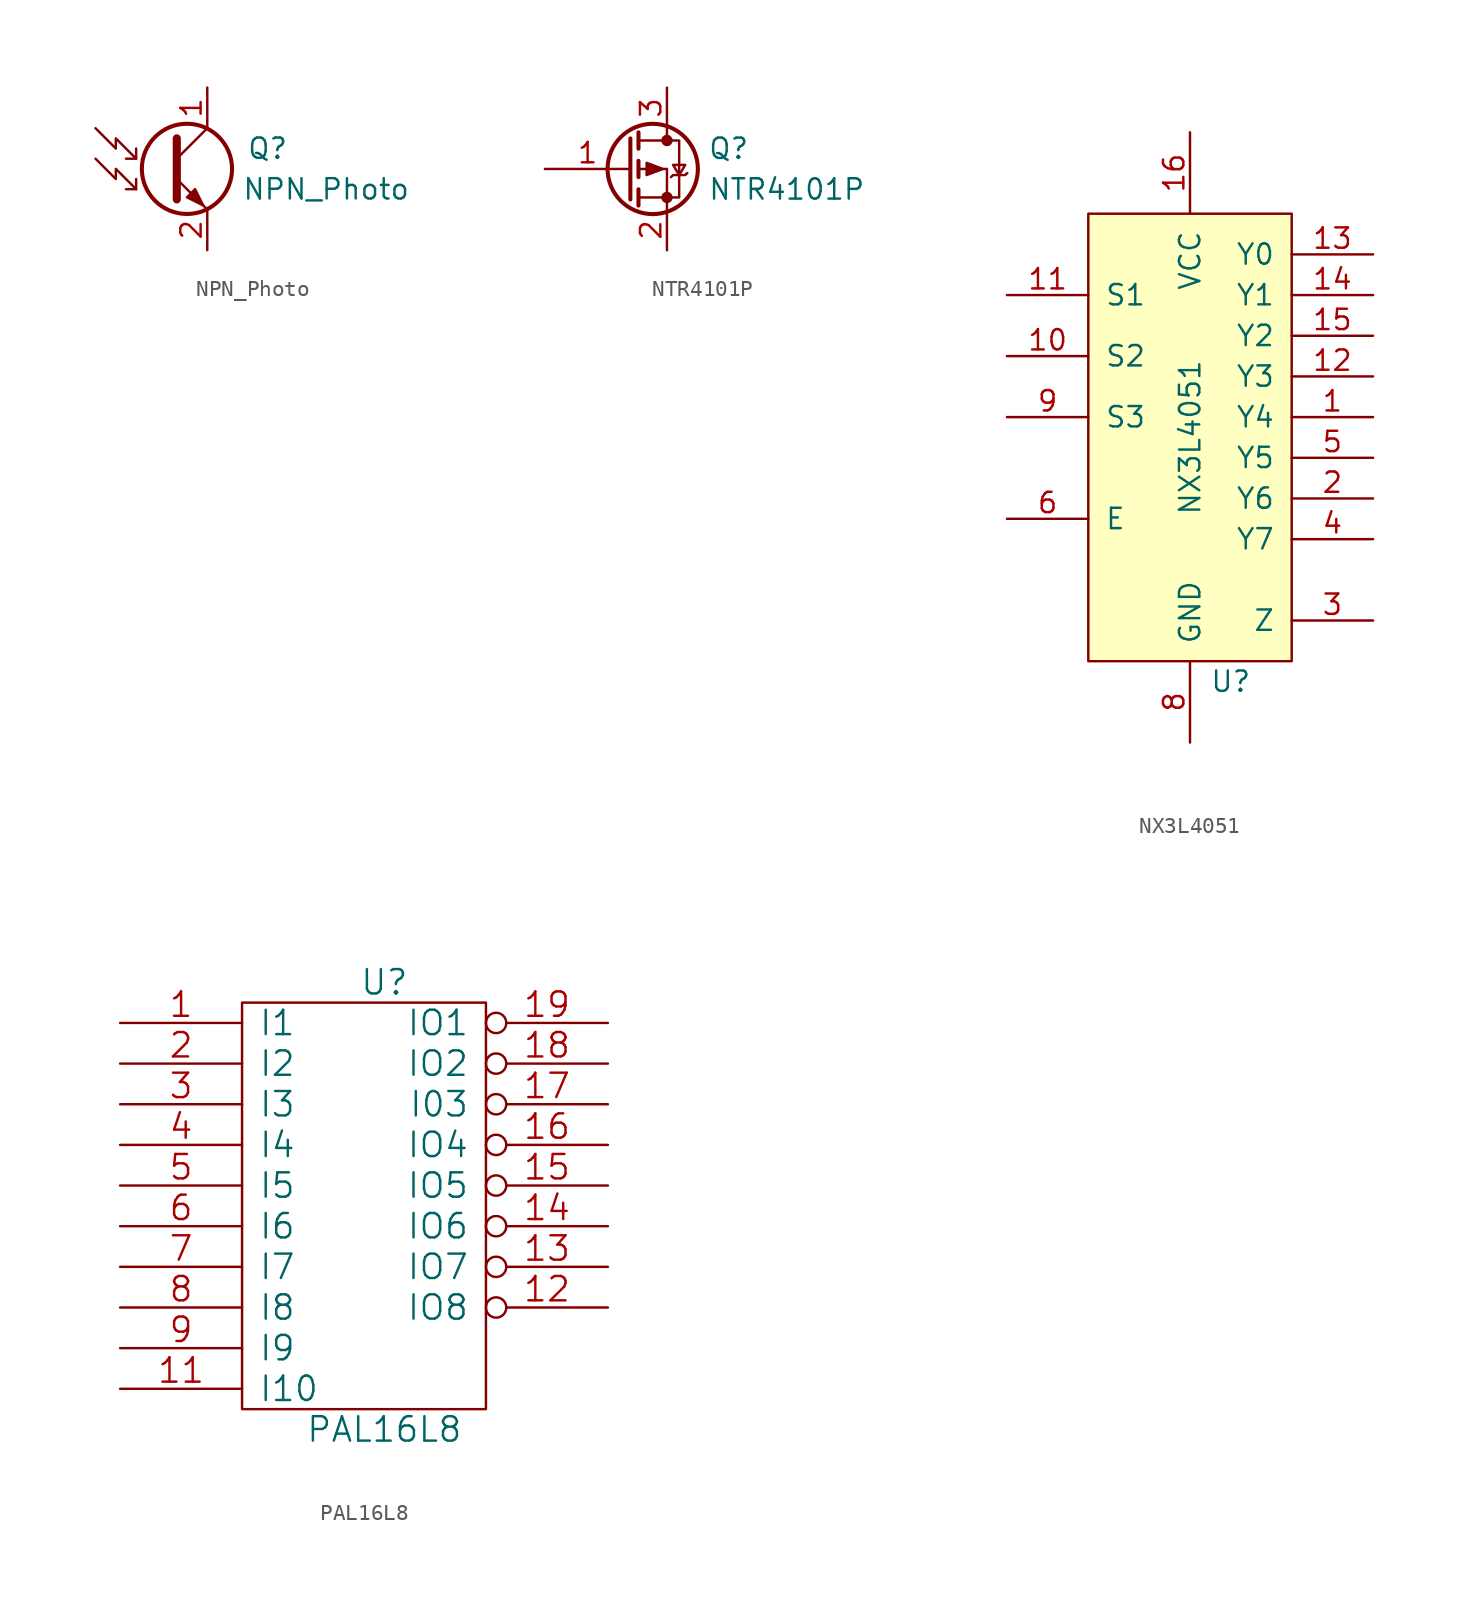
<source format=kicad_sym>
(kicad_symbol_lib
  (version 20211014)
  (generator kicad_symbol_editor)
  (symbol "NPN_Photo"
    (pin_names
      (offset 0) hide)
    (property "Reference" "Q"
      (at 6.35 1.27 0)
      (effects (font (size 1.27 1.27)) (justify right)))
    (property "Value" "NPN_Photo"
      (at 13.97 -1.27 0)
      (effects (font (size 1.27 1.27)) (justify right)))
    (property "Footprint" ""
      (at 3.81 2.54 0)
      (effects (font (size 0.737 0.737))))
    (property "Datasheet" ""
      (at -1.27 0 0)
      (effects (font (size 1.524 1.524))))
    (symbol "NPN_Photo_0_1"
      (polyline (pts (xy -0.635 0.635) (xy 1.27 2.54)) (stroke (width 0) (type default) (color 0 0 0 0)) (fill (type none)))
      (polyline (pts (xy -3.175 -0.635) (xy -3.175 -1.27) (xy -3.81 -1.27)) (stroke (width 0) (type default) (color 0 0 0 0)) (fill (type none)))
      (polyline (pts (xy -3.175 1.27) (xy -3.175 0.635) (xy -3.81 0.635)) (stroke (width 0) (type default) (color 0 0 0 0)) (fill (type none)))
      (polyline (pts (xy -0.635 -0.635) (xy 1.27 -2.54) (xy 1.27 -2.54)) (stroke (width 0) (type default) (color 0 0 0 0)) (fill (type none)))
      (polyline (pts (xy -0.635 1.905) (xy -0.635 -1.905) (xy -0.635 -1.905)) (stroke (width 0.508) (type default) (color 0 0 0 0)) (fill (type none)))
      (polyline (pts (xy -3.175 -1.27) (xy -4.445 0) (xy -4.445 -0.635) (xy -5.715 0.635)) (stroke (width 0) (type default) (color 0 0 0 0)) (fill (type none)))
      (polyline (pts (xy -3.175 0.635) (xy -4.445 1.905) (xy -4.445 1.27) (xy -5.715 2.54)) (stroke (width 0) (type default) (color 0 0 0 0)) (fill (type none)))
      (polyline (pts (xy 0 -1.778) (xy 0.508 -1.27) (xy 1.016 -2.286) (xy 0 -1.778) (xy 0 -1.778)) (stroke (width 0) (type default) (color 0 0 0 0)) (fill (type outline)))
      (circle (center 0 0) (radius 2.819) (stroke (width 0.254) (type default) (color 0 0 0 0)) (fill (type none))))
    (symbol "NPN_Photo_1_1"
      (pin open_collector line (at 1.27 5.08 270) (length 2.54) (name "C" (effects (font (size 1.27 1.27)))) (number "1" (effects (font (size 1.27 1.27)))))
      (pin open_emitter line (at 1.27 -5.08 90) (length 2.54) (name "E" (effects (font (size 1.27 1.27)))) (number "2" (effects (font (size 1.27 1.27)))))))
  (symbol "NTR4101P"
    (pin_names
      (offset 0) hide)
    (property "Reference" "Q"
      (at 5.08 1.27 0)
      (effects (font (size 1.27 1.27)) (justify left)))
    (property "Value" "NTR4101P"
      (at 5.08 -1.27 0)
      (effects (font (size 1.27 1.27)) (justify left)))
    (property "Footprint" ""
      (at 5.08 2.54 0)
      (effects (font (size 1.27 1.27))))
    (property "Datasheet" ""
      (at 0 0 0)
      (effects (font (size 1.27 1.27))))
    (symbol "NTR4101P_0_1"
      (polyline (pts (xy 0.762 -1.778) (xy 2.54 -1.778)) (stroke (width 0) (type default) (color 0 0 0 0)) (fill (type none)))
      (polyline (pts (xy 0.762 -1.27) (xy 0.762 -2.286)) (stroke (width 0.254) (type default) (color 0 0 0 0)) (fill (type none)))
      (polyline (pts (xy 0.762 0) (xy 2.54 0)) (stroke (width 0) (type default) (color 0 0 0 0)) (fill (type none)))
      (polyline (pts (xy 0.762 0.508) (xy 0.762 -0.508)) (stroke (width 0.254) (type default) (color 0 0 0 0)) (fill (type none)))
      (polyline (pts (xy 0.762 1.778) (xy 2.54 1.778)) (stroke (width 0) (type default) (color 0 0 0 0)) (fill (type none)))
      (polyline (pts (xy 0.762 2.286) (xy 0.762 1.27)) (stroke (width 0.254) (type default) (color 0 0 0 0)) (fill (type none)))
      (polyline (pts (xy 2.54 -1.778) (xy 2.54 -2.54)) (stroke (width 0) (type default) (color 0 0 0 0)) (fill (type none)))
      (polyline (pts (xy 2.54 -1.778) (xy 2.54 0)) (stroke (width 0) (type default) (color 0 0 0 0)) (fill (type none)))
      (polyline (pts (xy 2.54 2.54) (xy 2.54 1.778)) (stroke (width 0) (type default) (color 0 0 0 0)) (fill (type none)))
      (polyline (pts (xy 0.254 1.905) (xy 0.254 -1.905) (xy 0.254 -1.905)) (stroke (width 0.254) (type default) (color 0 0 0 0)) (fill (type none)))
      (polyline (pts (xy 2.286 0) (xy 1.27 -0.381) (xy 1.27 0.381) (xy 2.286 0)) (stroke (width 0) (type default) (color 0 0 0 0)) (fill (type outline)))
      (polyline (pts (xy 2.54 -1.778) (xy 3.302 -1.778) (xy 3.302 1.778) (xy 2.54 1.778)) (stroke (width 0) (type default) (color 0 0 0 0)) (fill (type none)))
      (polyline (pts (xy 2.794 -0.508) (xy 2.921 -0.381) (xy 3.683 -0.381) (xy 3.81 -0.254)) (stroke (width 0) (type default) (color 0 0 0 0)) (fill (type none)))
      (polyline (pts (xy 3.302 -0.381) (xy 2.921 0.254) (xy 3.683 0.254) (xy 3.302 -0.381)) (stroke (width 0) (type default) (color 0 0 0 0)) (fill (type none)))
      (circle (center 1.651 0) (radius 2.819) (stroke (width 0.254) (type default) (color 0 0 0 0)) (fill (type none)))
      (circle (center 2.54 -1.778) (radius 0.279) (stroke (width 0) (type default) (color 0 0 0 0)) (fill (type outline)))
      (circle (center 2.54 1.778) (radius 0.279) (stroke (width 0) (type default) (color 0 0 0 0)) (fill (type outline))))
    (symbol "NTR4101P_1_1"
      (pin input line (at -5.08 0 0) (length 5.334) (name "G" (effects (font (size 1.27 1.27)))) (number "1" (effects (font (size 1.27 1.27)))))
      (pin passive line (at 2.54 -5.08 90) (length 2.54) (name "S" (effects (font (size 1.27 1.27)))) (number "2" (effects (font (size 1.27 1.27)))))
      (pin passive line (at 2.54 5.08 270) (length 2.54) (name "D" (effects (font (size 1.27 1.27)))) (number "3" (effects (font (size 1.27 1.27)))))))
  (symbol "NX3L4051"
    (pin_names
      (offset 1.016))
    (property "Reference" "U"
      (at 2.54 -13.97 0)
      (effects (font (size 1.27 1.27))))
    (property "Value" "NX3L4051"
      (at 0 1.27 90)
      (effects (font (size 1.27 1.27))))
    (symbol "NX3L4051_0_0"
      (pin bidirectional line (at 11.43 2.54 180) (length 5.08) (name "Y4" (effects (font (size 1.27 1.27)))) (number "1" (effects (font (size 1.27 1.27)))))
      (pin input line (at -11.43 6.35 0) (length 5.08) (name "S2" (effects (font (size 1.27 1.27)))) (number "10" (effects (font (size 1.27 1.27)))))
      (pin input line (at -11.43 10.16 0) (length 5.08) (name "S1" (effects (font (size 1.27 1.27)))) (number "11" (effects (font (size 1.27 1.27)))))
      (pin bidirectional line (at 11.43 5.08 180) (length 5.08) (name "Y3" (effects (font (size 1.27 1.27)))) (number "12" (effects (font (size 1.27 1.27)))))
      (pin bidirectional line (at 11.43 12.7 180) (length 5.08) (name "Y0" (effects (font (size 1.27 1.27)))) (number "13" (effects (font (size 1.27 1.27)))))
      (pin bidirectional line (at 11.43 10.16 180) (length 5.08) (name "Y1" (effects (font (size 1.27 1.27)))) (number "14" (effects (font (size 1.27 1.27)))))
      (pin bidirectional line (at 11.43 7.62 180) (length 5.08) (name "Y2" (effects (font (size 1.27 1.27)))) (number "15" (effects (font (size 1.27 1.27)))))
      (pin power_in line (at 0 20.32 270) (length 5.08) (name "VCC" (effects (font (size 1.27 1.27)))) (number "16" (effects (font (size 1.27 1.27)))))
      (pin bidirectional line (at 11.43 -2.54 180) (length 5.08) (name "Y6" (effects (font (size 1.27 1.27)))) (number "2" (effects (font (size 1.27 1.27)))))
      (pin bidirectional line (at 11.43 -10.16 180) (length 5.08) (name "Z" (effects (font (size 1.27 1.27)))) (number "3" (effects (font (size 1.27 1.27)))))
      (pin bidirectional line (at 11.43 -5.08 180) (length 5.08) (name "Y7" (effects (font (size 1.27 1.27)))) (number "4" (effects (font (size 1.27 1.27)))))
      (pin bidirectional line (at 11.43 0 180) (length 5.08) (name "Y5" (effects (font (size 1.27 1.27)))) (number "5" (effects (font (size 1.27 1.27)))))
      (pin input line (at -11.43 -3.81 0) (length 5.08) (name "E" (effects (font (size 1.27 1.27)))) (number "6" (effects (font (size 1.27 1.27)))))
      (pin no_connect line (at -11.43 -7.62 0) (length 5.08) hide (name "NC" (effects (font (size 1.27 1.27)))) (number "7" (effects (font (size 1.27 1.27)))))
      (pin power_in line (at 0 -17.78 90) (length 5.08) (name "GND" (effects (font (size 1.27 1.27)))) (number "8" (effects (font (size 1.27 1.27)))))
      (pin input line (at -11.43 2.54 0) (length 5.08) (name "S3" (effects (font (size 1.27 1.27)))) (number "9" (effects (font (size 1.27 1.27))))))
    (symbol "NX3L4051_0_1"
      (rectangle (start -6.35 15.24) (end 6.35 -12.7) (stroke (width 0) (type default) (color 0 0 0 0)) (fill (type background)))))
  (symbol "PAL16L8"
    (pin_names
      (offset 1.016))
    (property "Reference" "U"
      (at 1.27 13.97 0)
      (effects (font (size 1.524 1.524))))
    (property "Value" "PAL16L8"
      (at 1.27 -13.97 0)
      (effects (font (size 1.524 1.524))))
    (property "Footprint" ""
      (at 0 0 0)
      (effects (font (size 1.524 1.524))))
    (property "Datasheet" ""
      (at 0 0 0)
      (effects (font (size 1.524 1.524))))
    (symbol "PAL16L8_0_0"
      (pin power_in line (at 0 -12.7 90) (length 0) hide (name "GND" (effects (font (size 1.524 1.524)))) (number "10" (effects (font (size 1.524 1.524)))))
      (pin power_in line (at 0 12.7 270) (length 0) hide (name "VCC" (effects (font (size 1.524 1.524)))) (number "20" (effects (font (size 1.524 1.524))))))
    (symbol "PAL16L8_0_1"
      (rectangle (start -7.62 12.7) (end 7.62 -12.7) (stroke (width 0) (type default) (color 0 0 0 0)) (fill (type none))))
    (symbol "PAL16L8_1_1"
      (pin input line (at -15.24 11.43 0) (length 7.62) (name "I1" (effects (font (size 1.524 1.524)))) (number "1" (effects (font (size 1.524 1.524)))))
      (pin input line (at -15.24 -11.43 0) (length 7.62) (name "I10" (effects (font (size 1.524 1.524)))) (number "11" (effects (font (size 1.524 1.524)))))
      (pin tri_state inverted (at 15.24 -6.35 180) (length 7.62) (name "IO8" (effects (font (size 1.524 1.524)))) (number "12" (effects (font (size 1.524 1.524)))))
      (pin tri_state inverted (at 15.24 -3.81 180) (length 7.62) (name "IO7" (effects (font (size 1.524 1.524)))) (number "13" (effects (font (size 1.524 1.524)))))
      (pin tri_state inverted (at 15.24 -1.27 180) (length 7.62) (name "IO6" (effects (font (size 1.524 1.524)))) (number "14" (effects (font (size 1.524 1.524)))))
      (pin tri_state inverted (at 15.24 1.27 180) (length 7.62) (name "IO5" (effects (font (size 1.524 1.524)))) (number "15" (effects (font (size 1.524 1.524)))))
      (pin tri_state inverted (at 15.24 3.81 180) (length 7.62) (name "IO4" (effects (font (size 1.524 1.524)))) (number "16" (effects (font (size 1.524 1.524)))))
      (pin tri_state inverted (at 15.24 6.35 180) (length 7.62) (name "I03" (effects (font (size 1.524 1.524)))) (number "17" (effects (font (size 1.524 1.524)))))
      (pin tri_state inverted (at 15.24 8.89 180) (length 7.62) (name "IO2" (effects (font (size 1.524 1.524)))) (number "18" (effects (font (size 1.524 1.524)))))
      (pin tri_state inverted (at 15.24 11.43 180) (length 7.62) (name "IO1" (effects (font (size 1.524 1.524)))) (number "19" (effects (font (size 1.524 1.524)))))
      (pin input line (at -15.24 8.89 0) (length 7.62) (name "I2" (effects (font (size 1.524 1.524)))) (number "2" (effects (font (size 1.524 1.524)))))
      (pin input line (at -15.24 6.35 0) (length 7.62) (name "I3" (effects (font (size 1.524 1.524)))) (number "3" (effects (font (size 1.524 1.524)))))
      (pin input line (at -15.24 3.81 0) (length 7.62) (name "I4" (effects (font (size 1.524 1.524)))) (number "4" (effects (font (size 1.524 1.524)))))
      (pin input line (at -15.24 1.27 0) (length 7.62) (name "I5" (effects (font (size 1.524 1.524)))) (number "5" (effects (font (size 1.524 1.524)))))
      (pin input line (at -15.24 -1.27 0) (length 7.62) (name "I6" (effects (font (size 1.524 1.524)))) (number "6" (effects (font (size 1.524 1.524)))))
      (pin input line (at -15.24 -3.81 0) (length 7.62) (name "I7" (effects (font (size 1.524 1.524)))) (number "7" (effects (font (size 1.524 1.524)))))
      (pin input line (at -15.24 -6.35 0) (length 7.62) (name "I8" (effects (font (size 1.524 1.524)))) (number "8" (effects (font (size 1.524 1.524)))))
      (pin input line (at -15.24 -8.89 0) (length 7.62) (name "I9" (effects (font (size 1.524 1.524)))) (number "9" (effects (font (size 1.524 1.524))))))))
</source>
